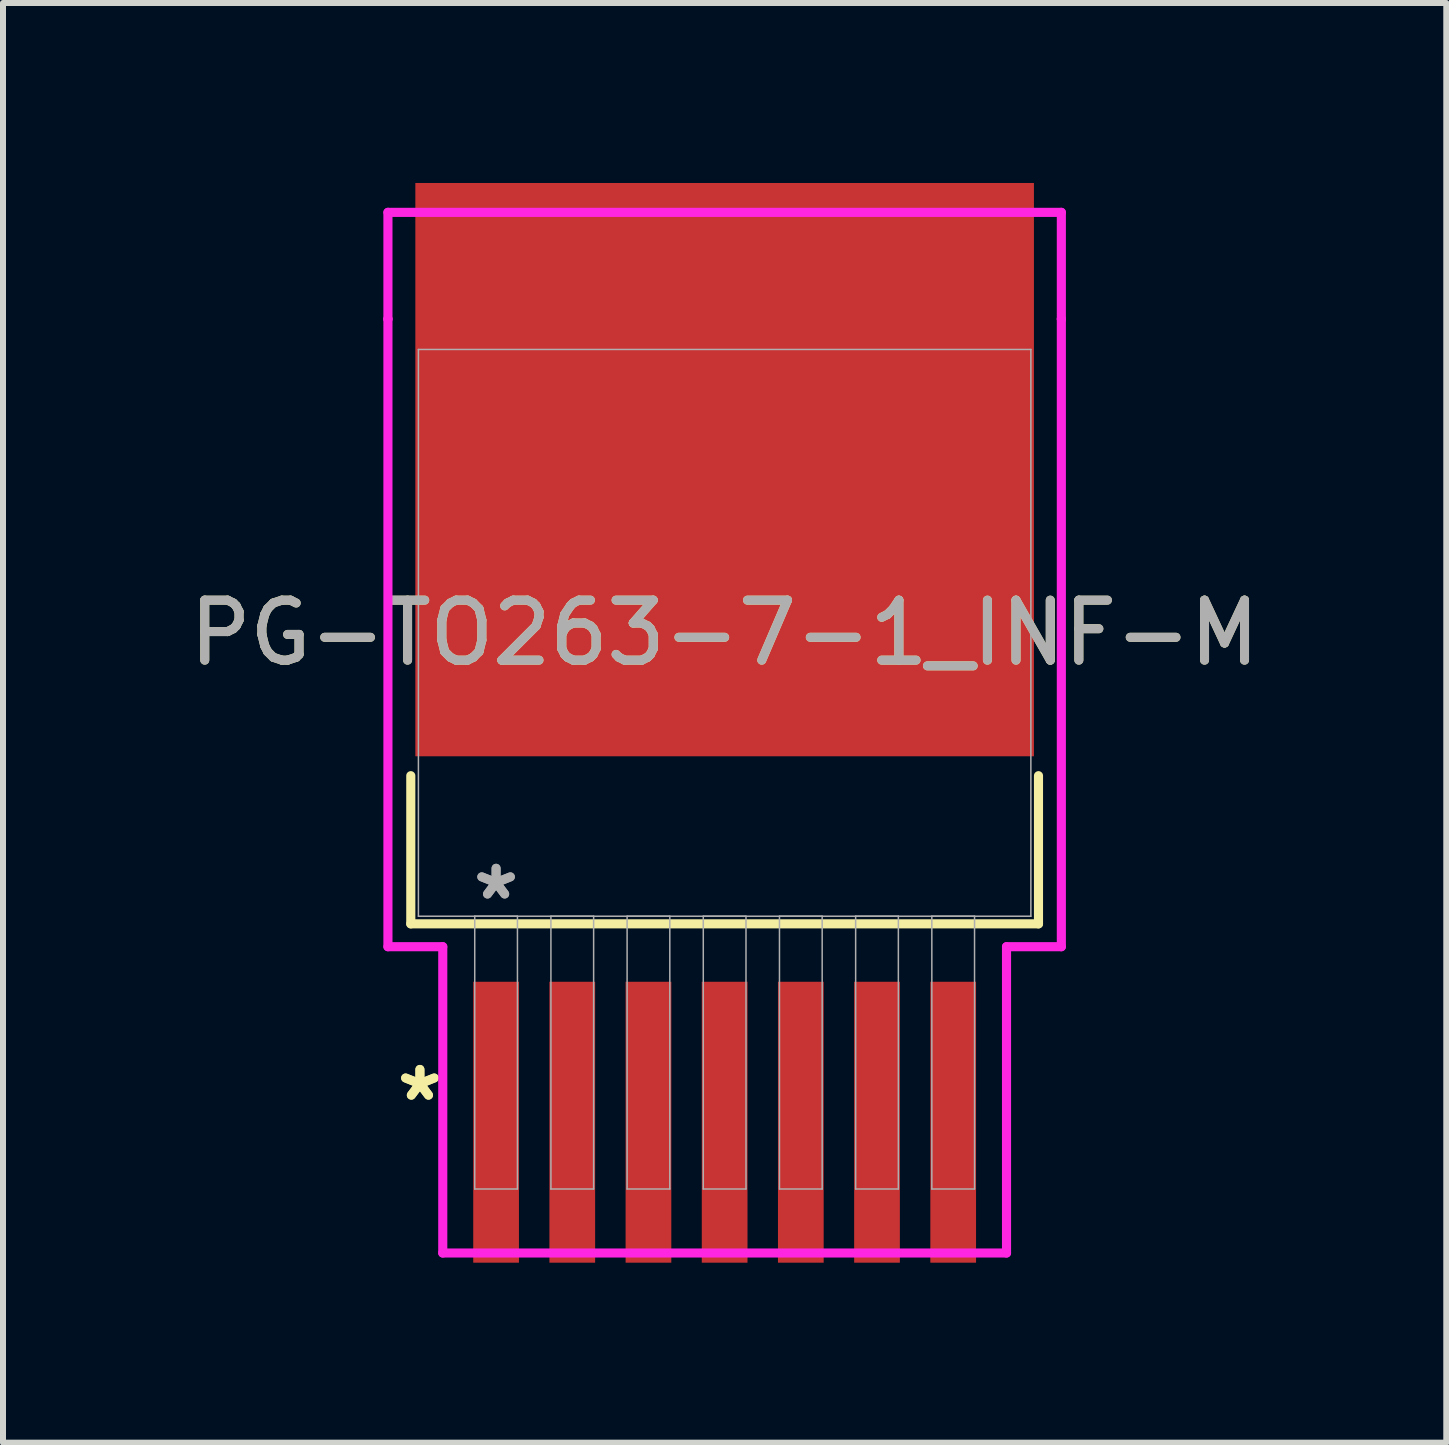
<source format=kicad_pcb>
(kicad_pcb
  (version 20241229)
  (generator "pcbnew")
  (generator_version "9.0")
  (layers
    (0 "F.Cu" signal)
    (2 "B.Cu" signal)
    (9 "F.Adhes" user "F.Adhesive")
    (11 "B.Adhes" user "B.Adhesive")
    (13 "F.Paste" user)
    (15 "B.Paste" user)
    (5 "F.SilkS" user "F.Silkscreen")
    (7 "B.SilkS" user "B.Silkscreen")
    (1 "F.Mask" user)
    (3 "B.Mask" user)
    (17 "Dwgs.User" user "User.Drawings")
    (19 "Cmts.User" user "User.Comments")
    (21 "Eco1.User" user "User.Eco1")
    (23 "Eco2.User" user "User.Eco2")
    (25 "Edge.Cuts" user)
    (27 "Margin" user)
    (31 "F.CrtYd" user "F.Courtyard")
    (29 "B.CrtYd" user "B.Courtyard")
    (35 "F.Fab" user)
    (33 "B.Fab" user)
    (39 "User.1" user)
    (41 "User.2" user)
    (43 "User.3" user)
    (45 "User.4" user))
  (footprint "PG-TO263-7-1_INF-M"
    (layer "F.Cu")
    (at 9.03 7.5)
    (property "Reference" "PG-TO263-7-1_INF-M" (at 0 0 0) (unlocked yes) (layer "F.SilkS") (effects (font (size 1 1) (thickness 0.15))))
    (attr smd)
    (fp_line (start -5.232 2.381) (end -5.232 4.851) (stroke (width 0.152) (type solid)) (layer "F.SilkS"))
    (fp_line (start -5.232 4.851) (end 5.232 4.851) (stroke (width 0.152) (type solid)) (layer "F.SilkS"))
    (fp_line (start 5.232 4.851) (end 5.232 2.381) (stroke (width 0.152) (type solid)) (layer "F.SilkS"))
    (fp_line (start -5.613 -7.01) (end 5.613 -7.01) (stroke (width 0.152) (type solid)) (layer "F.CrtYd"))
    (fp_line (start -5.613 -5.232) (end -5.613 -7.01) (stroke (width 0.152) (type solid)) (layer "F.CrtYd"))
    (fp_line (start -5.613 -5.232) (end -5.613 -5.232) (stroke (width 0.152) (type solid)) (layer "F.CrtYd"))
    (fp_line (start -5.613 5.232) (end -5.613 -5.232) (stroke (width 0.152) (type solid)) (layer "F.CrtYd"))
    (fp_line (start -4.699 5.232) (end -5.613 5.232) (stroke (width 0.152) (type solid)) (layer "F.CrtYd"))
    (fp_line (start -4.699 10.338) (end -4.699 5.232) (stroke (width 0.152) (type solid)) (layer "F.CrtYd"))
    (fp_line (start 4.699 5.232) (end 4.699 10.338) (stroke (width 0.152) (type solid)) (layer "F.CrtYd"))
    (fp_line (start 4.699 10.338) (end -4.699 10.338) (stroke (width 0.152) (type solid)) (layer "F.CrtYd"))
    (fp_line (start 5.613 -7.01) (end 5.613 -5.232) (stroke (width 0.152) (type solid)) (layer "F.CrtYd"))
    (fp_line (start 5.613 -5.232) (end 5.613 -5.232) (stroke (width 0.152) (type solid)) (layer "F.CrtYd"))
    (fp_line (start 5.613 -5.232) (end 5.613 5.232) (stroke (width 0.152) (type solid)) (layer "F.CrtYd"))
    (fp_line (start 5.613 5.232) (end 4.699 5.232) (stroke (width 0.152) (type solid)) (layer "F.CrtYd"))
    (fp_line (start -5.105 -4.724) (end -5.105 4.724) (stroke (width 0.025) (type solid)) (layer "F.Fab"))
    (fp_line (start -5.105 4.724) (end 5.105 4.724) (stroke (width 0.025) (type solid)) (layer "F.Fab"))
    (fp_line (start -4.166 4.724) (end -4.166 9.271) (stroke (width 0.025) (type solid)) (layer "F.Fab"))
    (fp_line (start -4.166 9.271) (end -3.454 9.271) (stroke (width 0.025) (type solid)) (layer "F.Fab"))
    (fp_line (start -3.454 4.724) (end -4.166 4.724) (stroke (width 0.025) (type solid)) (layer "F.Fab"))
    (fp_line (start -3.454 9.271) (end -3.454 4.724) (stroke (width 0.025) (type solid)) (layer "F.Fab"))
    (fp_line (start -2.896 4.724) (end -2.896 9.271) (stroke (width 0.025) (type solid)) (layer "F.Fab"))
    (fp_line (start -2.896 9.271) (end -2.184 9.271) (stroke (width 0.025) (type solid)) (layer "F.Fab"))
    (fp_line (start -2.184 4.724) (end -2.896 4.724) (stroke (width 0.025) (type solid)) (layer "F.Fab"))
    (fp_line (start -2.184 9.271) (end -2.184 4.724) (stroke (width 0.025) (type solid)) (layer "F.Fab"))
    (fp_line (start -1.626 4.724) (end -1.626 9.271) (stroke (width 0.025) (type solid)) (layer "F.Fab"))
    (fp_line (start -1.626 9.271) (end -0.914 9.271) (stroke (width 0.025) (type solid)) (layer "F.Fab"))
    (fp_line (start -0.914 4.724) (end -1.626 4.724) (stroke (width 0.025) (type solid)) (layer "F.Fab"))
    (fp_line (start -0.914 9.271) (end -0.914 4.724) (stroke (width 0.025) (type solid)) (layer "F.Fab"))
    (fp_line (start -0.356 4.724) (end -0.356 9.271) (stroke (width 0.025) (type solid)) (layer "F.Fab"))
    (fp_line (start -0.356 9.271) (end 0.356 9.271) (stroke (width 0.025) (type solid)) (layer "F.Fab"))
    (fp_line (start 0.356 4.724) (end -0.356 4.724) (stroke (width 0.025) (type solid)) (layer "F.Fab"))
    (fp_line (start 0.356 9.271) (end 0.356 4.724) (stroke (width 0.025) (type solid)) (layer "F.Fab"))
    (fp_line (start 0.914 4.724) (end 0.914 9.271) (stroke (width 0.025) (type solid)) (layer "F.Fab"))
    (fp_line (start 0.914 9.271) (end 1.626 9.271) (stroke (width 0.025) (type solid)) (layer "F.Fab"))
    (fp_line (start 1.626 4.724) (end 0.914 4.724) (stroke (width 0.025) (type solid)) (layer "F.Fab"))
    (fp_line (start 1.626 9.271) (end 1.626 4.724) (stroke (width 0.025) (type solid)) (layer "F.Fab"))
    (fp_line (start 2.184 4.724) (end 2.184 9.271) (stroke (width 0.025) (type solid)) (layer "F.Fab"))
    (fp_line (start 2.184 9.271) (end 2.896 9.271) (stroke (width 0.025) (type solid)) (layer "F.Fab"))
    (fp_line (start 2.896 4.724) (end 2.184 4.724) (stroke (width 0.025) (type solid)) (layer "F.Fab"))
    (fp_line (start 2.896 9.271) (end 2.896 4.724) (stroke (width 0.025) (type solid)) (layer "F.Fab"))
    (fp_line (start 3.454 4.724) (end 3.454 9.271) (stroke (width 0.025) (type solid)) (layer "F.Fab"))
    (fp_line (start 3.454 9.271) (end 4.166 9.271) (stroke (width 0.025) (type solid)) (layer "F.Fab"))
    (fp_line (start 4.166 4.724) (end 3.454 4.724) (stroke (width 0.025) (type solid)) (layer "F.Fab"))
    (fp_line (start 4.166 9.271) (end 4.166 4.724) (stroke (width 0.025) (type solid)) (layer "F.Fab"))
    (fp_line (start 5.105 -4.724) (end -5.105 -4.724) (stroke (width 0.025) (type solid)) (layer "F.Fab"))
    (fp_line (start 5.105 4.724) (end 5.105 -4.724) (stroke (width 0.025) (type solid)) (layer "F.Fab"))
    (fp_text user "*" (at -5.08 7.823 0) (layer "F.SilkS") (effects (font (size 1 1) (thickness 0.15))))
    (fp_text user "*" (at -5.08 7.823 0) (unlocked yes) (layer "F.SilkS") (effects (font (size 1 1) (thickness 0.15))))
    (fp_text user "*" (at -3.81 4.47 0) (unlocked yes) (layer "F.Fab") (effects (font (size 1 1) (thickness 0.15))))
    (fp_text user "${REFERENCE}" (at 0 0 0) (unlocked yes) (layer "F.Fab") (effects (font (size 1 1) (thickness 0.15))))
    (fp_text user "*" (at -3.81 4.47 0) (layer "F.Fab") (effects (font (size 1 1) (thickness 0.15))))
    (pad "1" smd rect (at -3.81 8.158) (size 0.762 4.683) (layers "F.Cu" "F.Mask" "F.Paste"))
    (pad "2" smd rect (at -2.54 8.158) (size 0.762 4.683) (layers "F.Cu" "F.Mask" "F.Paste"))
    (pad "3" smd rect (at -1.27 8.158) (size 0.762 4.683) (layers "F.Cu" "F.Mask" "F.Paste"))
    (pad "5" smd rect (at 1.27 8.158) (size 0.762 4.683) (layers "F.Cu" "F.Mask" "F.Paste"))
    (pad "6" smd rect (at 2.54 8.158) (size 0.762 4.683) (layers "F.Cu" "F.Mask" "F.Paste"))
    (pad "7" smd rect (at 3.81 8.158) (size 0.762 4.683) (layers "F.Cu" "F.Mask" "F.Paste"))
    (pad "8" smd rect (at 0 -2.721) (size 10.312 9.557) (layers "F.Cu" "F.Mask" "F.Paste"))
    (pad "8" smd rect (at 0 8.158) (size 0.762 4.683) (layers "F.Cu" "F.Mask" "F.Paste")))
  (gr_rect
    (start -3 -3)
    (end 21.06 21)
    (stroke (width 0.1) (type default))
    (fill no)
    (layer "Edge.Cuts")))
</source>
